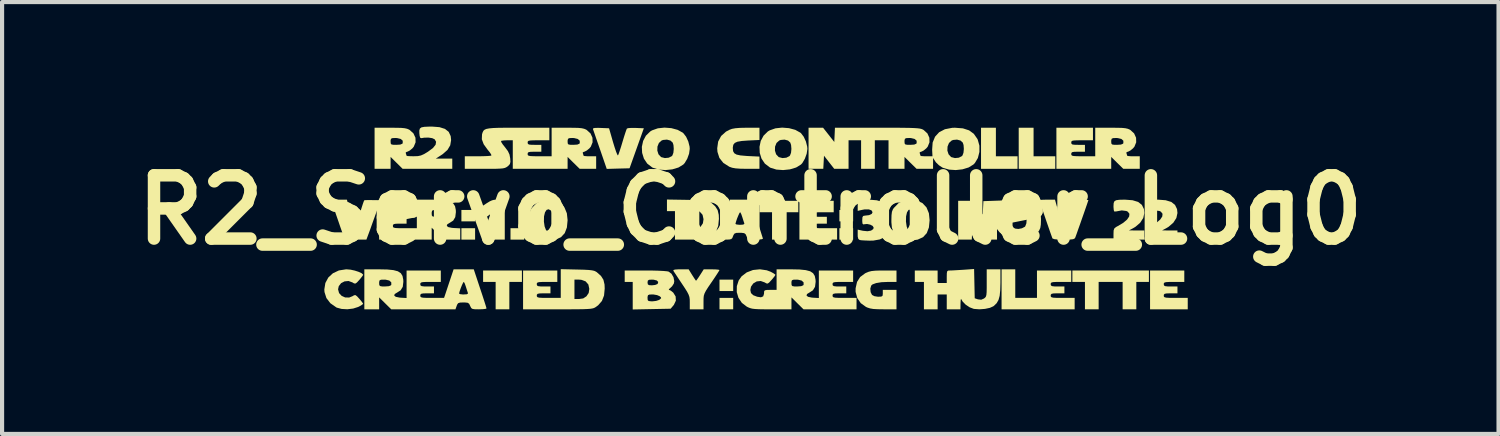
<source format=kicad_pcb>
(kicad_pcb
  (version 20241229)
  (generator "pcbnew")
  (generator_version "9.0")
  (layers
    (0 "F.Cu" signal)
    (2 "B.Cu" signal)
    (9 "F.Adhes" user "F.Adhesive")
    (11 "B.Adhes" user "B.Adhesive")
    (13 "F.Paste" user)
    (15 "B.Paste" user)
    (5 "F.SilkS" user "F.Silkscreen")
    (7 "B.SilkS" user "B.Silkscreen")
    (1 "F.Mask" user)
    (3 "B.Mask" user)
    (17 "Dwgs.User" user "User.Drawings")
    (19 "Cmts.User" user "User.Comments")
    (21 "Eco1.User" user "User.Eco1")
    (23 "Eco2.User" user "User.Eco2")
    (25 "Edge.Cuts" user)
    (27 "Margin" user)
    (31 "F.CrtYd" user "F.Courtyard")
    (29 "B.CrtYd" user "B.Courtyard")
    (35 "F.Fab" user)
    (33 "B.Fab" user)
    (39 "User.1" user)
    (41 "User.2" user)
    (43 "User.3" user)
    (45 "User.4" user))
  (footprint "R2_Servo_Controller_Log0"
    (layer "F.Cu")
    (at 15.03 2.009)
    (property "Reference" "R2_Servo_Controller_Log0" (at 0 0 0) (layer "F.SilkS") (effects (font (size 1.524 1.524) (thickness 0.3))))
    (attr board_only exclude_from_pos_files exclude_from_bom)
    (fp_poly (pts (xy -6.632 0.275) (xy -6.962 0.275) (xy -6.962 0) (xy -6.632 0)) (stroke (width 0) (type solid)) (fill yes) (layer "F.SilkS"))
    (fp_poly (pts (xy -6.632 0.715) (xy -6.962 0.715) (xy -6.962 0.44) (xy -6.632 0.44)) (stroke (width 0) (type solid)) (fill yes) (layer "F.SilkS"))
    (fp_poly (pts (xy -5.449 0.715) (xy -5.779 0.715) (xy -5.779 0.44) (xy -5.449 0.44)) (stroke (width 0) (type solid)) (fill yes) (layer "F.SilkS"))
    (fp_poly (pts (xy -0.413 1.954) (xy -0.743 1.954) (xy -0.743 1.679) (xy -0.413 1.679)) (stroke (width 0) (type solid)) (fill yes) (layer "F.SilkS"))
    (fp_poly (pts (xy -0.413 2.394) (xy -0.743 2.394) (xy -0.743 2.119) (xy -0.413 2.119)) (stroke (width 0) (type solid)) (fill yes) (layer "F.SilkS"))
    (fp_poly (pts (xy 2.477 0.275) (xy 2.146 0.275) (xy 2.146 0) (xy 2.477 0)) (stroke (width 0) (type solid)) (fill yes) (layer "F.SilkS"))
    (fp_poly (pts (xy 2.477 0.715) (xy 2.146 0.715) (xy 2.146 0.44) (xy 2.477 0.44)) (stroke (width 0) (type solid)) (fill yes) (layer "F.SilkS"))
    (fp_poly (pts (xy 5.917 -1.293) (xy 6.439 -1.293) (xy 6.439 -0.991) (xy 5.559 -0.991) (xy 5.559 -1.981) (xy 5.917 -1.981)) (stroke (width 0) (type solid)) (fill yes) (layer "F.SilkS"))
    (fp_poly (pts (xy 6.825 -1.293) (xy 7.348 -1.293) (xy 7.348 -0.991) (xy 6.467 -0.991) (xy 6.467 -1.981) (xy 6.825 -1.981)) (stroke (width 0) (type solid)) (fill yes) (layer "F.SilkS"))
    (fp_poly (pts (xy -5.504 1.734) (xy -5.807 1.734) (xy -5.807 2.394) (xy -6.137 2.394) (xy -6.137 1.734) (xy -6.439 1.734) (xy -6.439 1.459) (xy -5.504 1.459)) (stroke (width 0) (type solid)) (fill yes) (layer "F.SilkS"))
    (fp_poly (pts (xy 1.156 0.055) (xy 0.853 0.055) (xy 0.853 0.715) (xy 0.523 0.715) (xy 0.523 0.055) (xy 0.22 0.055) (xy 0.22 -0.22) (xy 1.156 -0.22)) (stroke (width 0) (type solid)) (fill yes) (layer "F.SilkS"))
    (fp_poly (pts (xy 9.604 1.734) (xy 9.301 1.734) (xy 9.301 2.394) (xy 8.971 2.394) (xy 8.971 1.734) (xy 8.393 1.734) (xy 8.393 2.394) (xy 8.063 2.394) (xy 8.063 1.734) (xy 7.76 1.734) (xy 7.76 1.459) (xy 9.604 1.459)) (stroke (width 0) (type solid)) (fill yes) (layer "F.SilkS"))
    (fp_poly (pts (xy -5.917 0.715) (xy -6.274 0.715) (xy -6.274 0.107) (xy -6.371 0.181) (xy -6.431 0.224) (xy -6.47 0.245) (xy -6.477 0.245) (xy -6.494 0.211) (xy -6.519 0.15) (xy -6.545 0.08) (xy -6.565 0.019) (xy -6.572 -0.012) (xy -6.571 -0.012) (xy -6.441 -0.103) (xy -6.346 -0.166) (xy -6.277 -0.208) (xy -6.223 -0.232) (xy -6.175 -0.244) (xy -6.124 -0.247) (xy -6.074 -0.248) (xy -5.917 -0.248)) (stroke (width 0) (type solid)) (fill yes) (layer "F.SilkS"))
    (fp_poly (pts (xy 2.009 0.055) (xy 1.761 0.055) (xy 1.644 0.056) (xy 1.57 0.06) (xy 1.531 0.07) (xy 1.516 0.088) (xy 1.514 0.11) (xy 1.52 0.141) (xy 1.546 0.157) (xy 1.606 0.164) (xy 1.679 0.165) (xy 1.844 0.165) (xy 1.844 0.33) (xy 1.679 0.33) (xy 1.586 0.332) (xy 1.537 0.341) (xy 1.517 0.361) (xy 1.514 0.385) (xy 1.517 0.41) (xy 1.535 0.426) (xy 1.575 0.435) (xy 1.649 0.439) (xy 1.766 0.44) (xy 1.802 0.44) (xy 2.091 0.44) (xy 2.091 0.715) (xy 1.183 0.715) (xy 1.183 -0.22) (xy 2.009 -0.22)) (stroke (width 0) (type solid)) (fill yes) (layer "F.SilkS"))
    (fp_poly (pts (xy 10.457 1.734) (xy 10.21 1.734) (xy 10.092 1.735) (xy 10.019 1.739) (xy 9.98 1.749) (xy 9.964 1.767) (xy 9.962 1.789) (xy 9.968 1.819) (xy 9.994 1.836) (xy 10.054 1.843) (xy 10.127 1.844) (xy 10.292 1.844) (xy 10.292 2.009) (xy 10.127 2.009) (xy 10.035 2.011) (xy 9.985 2.02) (xy 9.965 2.04) (xy 9.962 2.064) (xy 9.965 2.088) (xy 9.983 2.104) (xy 10.024 2.114) (xy 10.098 2.118) (xy 10.215 2.119) (xy 10.251 2.119) (xy 10.54 2.119) (xy 10.54 2.394) (xy 9.632 2.394) (xy 9.632 1.459) (xy 10.457 1.459)) (stroke (width 0) (type solid)) (fill yes) (layer "F.SilkS"))
    (fp_poly (pts (xy 6.384 2.119) (xy 6.907 2.119) (xy 6.907 1.459) (xy 7.733 1.459) (xy 7.733 1.734) (xy 7.485 1.734) (xy 7.367 1.735) (xy 7.294 1.739) (xy 7.255 1.749) (xy 7.24 1.767) (xy 7.237 1.789) (xy 7.244 1.819) (xy 7.27 1.836) (xy 7.329 1.843) (xy 7.403 1.844) (xy 7.568 1.844) (xy 7.568 2.009) (xy 7.403 2.009) (xy 7.31 2.011) (xy 7.261 2.02) (xy 7.241 2.04) (xy 7.237 2.064) (xy 7.241 2.088) (xy 7.258 2.104) (xy 7.299 2.114) (xy 7.373 2.118) (xy 7.49 2.119) (xy 7.526 2.119) (xy 7.815 2.119) (xy 7.815 2.394) (xy 6.054 2.394) (xy 6.054 1.431) (xy 6.384 1.431)) (stroke (width 0) (type solid)) (fill yes) (layer "F.SilkS"))
    (fp_poly (pts (xy -3.604 -1.976) (xy -3.404 -1.968) (xy -3.307 -1.63) (xy -3.269 -1.506) (xy -3.235 -1.405) (xy -3.208 -1.338) (xy -3.191 -1.313) (xy -3.189 -1.314) (xy -3.174 -1.347) (xy -3.148 -1.422) (xy -3.114 -1.527) (xy -3.081 -1.637) (xy -3.044 -1.76) (xy -3.011 -1.862) (xy -2.986 -1.934) (xy -2.973 -1.962) (xy -2.937 -1.972) (xy -2.863 -1.977) (xy -2.765 -1.976) (xy -2.759 -1.976) (xy -2.566 -1.968) (xy -2.738 -1.486) (xy -2.91 -1.004) (xy -3.185 -0.997) (xy -3.46 -0.989) (xy -3.619 -1.451) (xy -3.672 -1.602) (xy -3.719 -1.737) (xy -3.756 -1.846) (xy -3.782 -1.92) (xy -3.792 -1.948) (xy -3.786 -1.967) (xy -3.746 -1.976) (xy -3.664 -1.978)) (stroke (width 0) (type solid)) (fill yes) (layer "F.SilkS"))
    (fp_poly (pts (xy 0.22 -1.686) (xy -0.057 -1.673) (xy -0.207 -1.662) (xy -0.311 -1.644) (xy -0.375 -1.615) (xy -0.41 -1.571) (xy -0.422 -1.507) (xy -0.422 -1.486) (xy -0.415 -1.416) (xy -0.387 -1.367) (xy -0.331 -1.334) (xy -0.238 -1.314) (xy -0.101 -1.302) (xy -0.057 -1.299) (xy 0.22 -1.286) (xy 0.22 -0.991) (xy -0.089 -0.991) (xy -0.243 -0.994) (xy -0.355 -1.002) (xy -0.438 -1.017) (xy -0.506 -1.041) (xy -0.509 -1.043) (xy -0.65 -1.133) (xy -0.745 -1.252) (xy -0.792 -1.399) (xy -0.798 -1.486) (xy -0.775 -1.648) (xy -0.704 -1.782) (xy -0.587 -1.887) (xy -0.509 -1.929) (xy -0.442 -1.954) (xy -0.36 -1.969) (xy -0.25 -1.978) (xy -0.099 -1.981) (xy -0.089 -1.981) (xy 0.22 -1.981)) (stroke (width 0) (type solid)) (fill yes) (layer "F.SilkS"))
    (fp_poly (pts (xy 9.21 -0.234) (xy 9.345 -0.193) (xy 9.435 -0.122) (xy 9.484 -0.021) (xy 9.494 0.074) (xy 9.468 0.194) (xy 9.394 0.308) (xy 9.279 0.407) (xy 9.222 0.441) (xy 9.123 0.493) (xy 9.308 0.494) (xy 9.494 0.495) (xy 9.494 0.715) (xy 8.751 0.715) (xy 8.751 0.578) (xy 8.754 0.495) (xy 8.77 0.447) (xy 8.811 0.412) (xy 8.857 0.387) (xy 8.986 0.31) (xy 9.078 0.232) (xy 9.128 0.158) (xy 9.135 0.093) (xy 9.095 0.042) (xy 9.061 0.025) (xy 8.951 0.011) (xy 8.884 0.023) (xy 8.814 0.036) (xy 8.77 0.036) (xy 8.766 0.033) (xy 8.757 -0.001) (xy 8.751 -0.07) (xy 8.751 -0.098) (xy 8.755 -0.166) (xy 8.773 -0.209) (xy 8.814 -0.234) (xy 8.89 -0.245) (xy 9.009 -0.248) (xy 9.029 -0.248)) (stroke (width 0) (type solid)) (fill yes) (layer "F.SilkS"))
    (fp_poly (pts (xy 10.008 -0.234) (xy 10.143 -0.193) (xy 10.233 -0.122) (xy 10.282 -0.021) (xy 10.292 0.074) (xy 10.266 0.194) (xy 10.192 0.308) (xy 10.077 0.407) (xy 10.02 0.441) (xy 9.921 0.493) (xy 10.106 0.494) (xy 10.292 0.495) (xy 10.292 0.715) (xy 9.549 0.715) (xy 9.549 0.578) (xy 9.552 0.495) (xy 9.568 0.447) (xy 9.609 0.412) (xy 9.655 0.387) (xy 9.785 0.31) (xy 9.876 0.232) (xy 9.926 0.158) (xy 9.933 0.093) (xy 9.893 0.042) (xy 9.859 0.025) (xy 9.749 0.011) (xy 9.682 0.023) (xy 9.612 0.036) (xy 9.569 0.036) (xy 9.564 0.033) (xy 9.555 -0.001) (xy 9.55 -0.07) (xy 9.549 -0.098) (xy 9.553 -0.166) (xy 9.571 -0.209) (xy 9.612 -0.234) (xy 9.688 -0.245) (xy 9.807 -0.248) (xy 9.827 -0.248)) (stroke (width 0) (type solid)) (fill yes) (layer "F.SilkS"))
    (fp_poly (pts (xy 3.522 1.734) (xy 3.323 1.734) (xy 3.16 1.741) (xy 3.032 1.762) (xy 2.944 1.794) (xy 2.912 1.823) (xy 2.891 1.896) (xy 2.899 1.981) (xy 2.932 2.047) (xy 2.933 2.048) (xy 2.99 2.078) (xy 3.074 2.091) (xy 3.084 2.091) (xy 3.154 2.088) (xy 3.185 2.07) (xy 3.192 2.024) (xy 3.192 2.009) (xy 3.192 1.926) (xy 3.522 1.926) (xy 3.522 2.394) (xy 3.213 2.394) (xy 3.067 2.392) (xy 2.963 2.386) (xy 2.886 2.373) (xy 2.821 2.352) (xy 2.786 2.336) (xy 2.66 2.245) (xy 2.576 2.122) (xy 2.537 1.974) (xy 2.537 1.888) (xy 2.571 1.735) (xy 2.646 1.616) (xy 2.766 1.527) (xy 2.788 1.516) (xy 2.853 1.489) (xy 2.923 1.472) (xy 3.014 1.463) (xy 3.139 1.459) (xy 3.215 1.459) (xy 3.522 1.459)) (stroke (width 0) (type solid)) (fill yes) (layer "F.SilkS"))
    (fp_poly (pts (xy -1.515 -0.243) (xy -1.337 -0.239) (xy -1.205 -0.235) (xy -1.11 -0.228) (xy -1.044 -0.22) (xy -0.998 -0.207) (xy -0.964 -0.189) (xy -0.946 -0.177) (xy -0.847 -0.089) (xy -0.788 0.003) (xy -0.761 0.118) (xy -0.757 0.215) (xy -0.773 0.383) (xy -0.824 0.514) (xy -0.915 0.618) (xy -0.962 0.653) (xy -1.003 0.678) (xy -1.047 0.696) (xy -1.105 0.707) (xy -1.187 0.713) (xy -1.304 0.715) (xy -1.435 0.715) (xy -1.816 0.715) (xy -1.816 0.468) (xy -1.486 0.468) (xy -1.375 0.468) (xy -1.275 0.453) (xy -1.199 0.403) (xy -1.196 0.4) (xy -1.143 0.322) (xy -1.128 0.223) (xy -1.151 0.117) (xy -1.217 0.043) (xy -1.321 0.004) (xy -1.38 0) (xy -1.486 0) (xy -1.486 0.468) (xy -1.816 0.468) (xy -1.816 0.028) (xy -2.009 0.028) (xy -2.009 -0.251)) (stroke (width 0) (type solid)) (fill yes) (layer "F.SilkS"))
    (fp_poly (pts (xy -1.401 1.569) (xy -1.354 1.642) (xy -1.32 1.692) (xy -1.308 1.706) (xy -1.29 1.685) (xy -1.251 1.63) (xy -1.211 1.569) (xy -1.123 1.431) (xy -0.933 1.431) (xy -0.839 1.433) (xy -0.771 1.439) (xy -0.743 1.447) (xy -0.743 1.447) (xy -0.758 1.475) (xy -0.798 1.538) (xy -0.857 1.628) (xy -0.93 1.736) (xy -0.936 1.744) (xy -1.016 1.861) (xy -1.07 1.946) (xy -1.103 2.011) (xy -1.121 2.067) (xy -1.127 2.127) (xy -1.128 2.205) (xy -1.128 2.209) (xy -1.128 2.394) (xy -1.459 2.394) (xy -1.459 2.228) (xy -1.46 2.156) (xy -1.468 2.097) (xy -1.488 2.039) (xy -1.524 1.969) (xy -1.583 1.876) (xy -1.646 1.781) (xy -1.72 1.67) (xy -1.784 1.573) (xy -1.831 1.502) (xy -1.854 1.466) (xy -1.854 1.465) (xy -1.852 1.447) (xy -1.813 1.436) (xy -1.729 1.431) (xy -1.68 1.431) (xy -1.486 1.431)) (stroke (width 0) (type solid)) (fill yes) (layer "F.SilkS"))
    (fp_poly (pts (xy -4.708 -0.226) (xy -4.575 -0.164) (xy -4.479 -0.061) (xy -4.421 0.08) (xy -4.403 0.246) (xy -4.42 0.423) (xy -4.472 0.559) (xy -4.562 0.656) (xy -4.691 0.715) (xy -4.843 0.738) (xy -4.949 0.74) (xy -5.023 0.731) (xy -5.083 0.705) (xy -5.116 0.683) (xy -5.216 0.605) (xy -5.279 0.525) (xy -5.312 0.426) (xy -5.324 0.295) (xy -5.325 0.276) (xy -4.974 0.276) (xy -4.974 0.28) (xy -4.957 0.397) (xy -4.925 0.481) (xy -4.883 0.521) (xy -4.869 0.523) (xy -4.834 0.505) (xy -4.804 0.48) (xy -4.777 0.423) (xy -4.762 0.332) (xy -4.759 0.225) (xy -4.767 0.123) (xy -4.788 0.043) (xy -4.805 0.014) (xy -4.861 -0.017) (xy -4.91 -0.001) (xy -4.948 0.058) (xy -4.971 0.153) (xy -4.974 0.276) (xy -5.325 0.276) (xy -5.325 0.248) (xy -5.322 0.128) (xy -5.311 0.046) (xy -5.289 -0.012) (xy -5.267 -0.046) (xy -5.154 -0.162) (xy -5.022 -0.229) (xy -4.878 -0.248)) (stroke (width 0) (type solid)) (fill yes) (layer "F.SilkS"))
    (fp_poly (pts (xy 4.015 -0.226) (xy 4.149 -0.164) (xy 4.245 -0.061) (xy 4.303 0.08) (xy 4.32 0.246) (xy 4.303 0.423) (xy 4.251 0.559) (xy 4.162 0.656) (xy 4.033 0.715) (xy 3.881 0.738) (xy 3.774 0.74) (xy 3.701 0.731) (xy 3.64 0.705) (xy 3.608 0.683) (xy 3.508 0.605) (xy 3.445 0.525) (xy 3.411 0.426) (xy 3.399 0.295) (xy 3.399 0.276) (xy 3.75 0.276) (xy 3.75 0.28) (xy 3.767 0.397) (xy 3.798 0.481) (xy 3.84 0.521) (xy 3.854 0.523) (xy 3.889 0.505) (xy 3.919 0.48) (xy 3.946 0.423) (xy 3.962 0.332) (xy 3.965 0.225) (xy 3.956 0.123) (xy 3.936 0.043) (xy 3.918 0.014) (xy 3.862 -0.017) (xy 3.813 -0.001) (xy 3.775 0.058) (xy 3.753 0.153) (xy 3.75 0.276) (xy 3.399 0.276) (xy 3.399 0.248) (xy 3.402 0.128) (xy 3.412 0.046) (xy 3.434 -0.012) (xy 3.456 -0.046) (xy 3.569 -0.162) (xy 3.701 -0.229) (xy 3.846 -0.248)) (stroke (width 0) (type solid)) (fill yes) (layer "F.SilkS"))
    (fp_poly (pts (xy -9.632 1.439) (xy -9.532 1.461) (xy -9.439 1.491) (xy -9.367 1.524) (xy -9.332 1.556) (xy -9.33 1.564) (xy -9.348 1.594) (xy -9.391 1.649) (xy -9.424 1.688) (xy -9.48 1.749) (xy -9.517 1.774) (xy -9.55 1.769) (xy -9.588 1.746) (xy -9.682 1.712) (xy -9.777 1.721) (xy -9.861 1.764) (xy -9.917 1.836) (xy -9.934 1.913) (xy -9.91 2.003) (xy -9.848 2.07) (xy -9.762 2.109) (xy -9.665 2.11) (xy -9.588 2.079) (xy -9.545 2.054) (xy -9.512 2.053) (xy -9.474 2.083) (xy -9.424 2.138) (xy -9.371 2.201) (xy -9.337 2.247) (xy -9.33 2.261) (xy -9.352 2.282) (xy -9.409 2.317) (xy -9.448 2.337) (xy -9.57 2.376) (xy -9.711 2.393) (xy -9.85 2.385) (xy -9.964 2.354) (xy -9.976 2.348) (xy -10.119 2.248) (xy -10.215 2.123) (xy -10.261 1.978) (xy -10.265 1.915) (xy -10.24 1.76) (xy -10.169 1.628) (xy -10.059 1.526) (xy -9.915 1.458) (xy -9.744 1.431) (xy -9.724 1.431)) (stroke (width 0) (type solid)) (fill yes) (layer "F.SilkS"))
    (fp_poly (pts (xy -1.903 -1.971) (xy -1.751 -1.93) (xy -1.628 -1.862) (xy -1.614 -1.85) (xy -1.548 -1.765) (xy -1.495 -1.65) (xy -1.464 -1.528) (xy -1.46 -1.472) (xy -1.476 -1.355) (xy -1.52 -1.234) (xy -1.581 -1.131) (xy -1.614 -1.095) (xy -1.731 -1.023) (xy -1.88 -0.978) (xy -2.044 -0.961) (xy -2.206 -0.973) (xy -2.35 -1.017) (xy -2.368 -1.027) (xy -2.484 -1.117) (xy -2.564 -1.236) (xy -2.607 -1.375) (xy -2.61 -1.43) (xy -2.241 -1.43) (xy -2.213 -1.341) (xy -2.152 -1.276) (xy -2.145 -1.272) (xy -2.059 -1.25) (xy -1.967 -1.259) (xy -1.893 -1.296) (xy -1.878 -1.313) (xy -1.854 -1.378) (xy -1.845 -1.471) (xy -1.852 -1.564) (xy -1.871 -1.623) (xy -1.925 -1.672) (xy -2.009 -1.695) (xy -2.1 -1.687) (xy -2.137 -1.674) (xy -2.203 -1.614) (xy -2.238 -1.527) (xy -2.241 -1.43) (xy -2.61 -1.43) (xy -2.614 -1.521) (xy -2.583 -1.663) (xy -2.516 -1.79) (xy -2.411 -1.892) (xy -2.368 -1.918) (xy -2.229 -1.967) (xy -2.068 -1.984)) (stroke (width 0) (type solid)) (fill yes) (layer "F.SilkS"))
    (fp_poly (pts (xy 0.931 -1.971) (xy 1.084 -1.93) (xy 1.206 -1.862) (xy 1.221 -1.85) (xy 1.286 -1.765) (xy 1.339 -1.65) (xy 1.37 -1.528) (xy 1.375 -1.472) (xy 1.358 -1.355) (xy 1.314 -1.234) (xy 1.254 -1.131) (xy 1.221 -1.095) (xy 1.104 -1.023) (xy 0.954 -0.978) (xy 0.79 -0.961) (xy 0.628 -0.973) (xy 0.485 -1.017) (xy 0.467 -1.027) (xy 0.35 -1.117) (xy 0.27 -1.236) (xy 0.227 -1.375) (xy 0.225 -1.43) (xy 0.593 -1.43) (xy 0.621 -1.341) (xy 0.682 -1.276) (xy 0.69 -1.272) (xy 0.775 -1.25) (xy 0.867 -1.259) (xy 0.941 -1.296) (xy 0.956 -1.313) (xy 0.981 -1.378) (xy 0.99 -1.471) (xy 0.982 -1.564) (xy 0.963 -1.623) (xy 0.909 -1.672) (xy 0.826 -1.695) (xy 0.734 -1.687) (xy 0.698 -1.674) (xy 0.631 -1.614) (xy 0.596 -1.527) (xy 0.593 -1.43) (xy 0.225 -1.43) (xy 0.221 -1.521) (xy 0.251 -1.663) (xy 0.319 -1.79) (xy 0.423 -1.892) (xy 0.467 -1.918) (xy 0.606 -1.967) (xy 0.766 -1.984)) (stroke (width 0) (type solid)) (fill yes) (layer "F.SilkS"))
    (fp_poly (pts (xy 7.434 0.083) (xy 7.47 0.208) (xy 7.502 0.312) (xy 7.527 0.383) (xy 7.542 0.413) (xy 7.543 0.413) (xy 7.556 0.388) (xy 7.581 0.32) (xy 7.613 0.22) (xy 7.651 0.097) (xy 7.653 0.089) (xy 7.747 -0.234) (xy 7.946 -0.242) (xy 8.043 -0.244) (xy 8.114 -0.243) (xy 8.145 -0.239) (xy 8.146 -0.238) (xy 8.137 -0.21) (xy 8.114 -0.141) (xy 8.079 -0.04) (xy 8.037 0.081) (xy 7.99 0.214) (xy 7.944 0.346) (xy 7.9 0.469) (xy 7.864 0.572) (xy 7.838 0.643) (xy 7.829 0.667) (xy 7.812 0.69) (xy 7.777 0.705) (xy 7.714 0.712) (xy 7.611 0.715) (xy 7.55 0.715) (xy 7.413 0.713) (xy 7.325 0.704) (xy 7.283 0.688) (xy 7.278 0.681) (xy 7.256 0.62) (xy 7.222 0.525) (xy 7.181 0.406) (xy 7.135 0.274) (xy 7.089 0.139) (xy 7.045 0.011) (xy 7.007 -0.1) (xy 6.979 -0.184) (xy 6.964 -0.23) (xy 6.962 -0.235) (xy 6.987 -0.242) (xy 7.054 -0.246) (xy 7.147 -0.248) (xy 7.152 -0.248) (xy 7.341 -0.248)) (stroke (width 0) (type solid)) (fill yes) (layer "F.SilkS"))
    (fp_poly (pts (xy 5.407 2.128) (xy 5.484 2.154) (xy 5.563 2.163) (xy 5.629 2.135) (xy 5.657 2.113) (xy 5.676 2.088) (xy 5.688 2.047) (xy 5.694 1.98) (xy 5.696 1.877) (xy 5.696 1.761) (xy 5.696 1.431) (xy 6.027 1.431) (xy 6.027 1.754) (xy 6.022 1.934) (xy 6.008 2.069) (xy 5.98 2.169) (xy 5.936 2.246) (xy 5.873 2.308) (xy 5.856 2.321) (xy 5.772 2.359) (xy 5.654 2.384) (xy 5.522 2.394) (xy 5.396 2.385) (xy 5.382 2.383) (xy 5.285 2.346) (xy 5.189 2.282) (xy 5.114 2.205) (xy 5.09 2.162) (xy 5.076 2.143) (xy 5.069 2.17) (xy 5.065 2.248) (xy 5.065 2.25) (xy 5.063 2.394) (xy 4.733 2.394) (xy 4.733 2.036) (xy 4.513 2.036) (xy 4.513 2.394) (xy 4.183 2.394) (xy 4.183 1.734) (xy 3.963 1.734) (xy 3.963 1.459) (xy 4.513 1.459) (xy 4.513 1.761) (xy 4.733 1.761) (xy 4.733 1.61) (xy 4.735 1.523) (xy 4.744 1.478) (xy 4.768 1.461) (xy 4.812 1.459) (xy 4.874 1.457) (xy 4.974 1.451) (xy 5.093 1.444) (xy 5.141 1.441) (xy 5.392 1.423)) (stroke (width 0) (type solid)) (fill yes) (layer "F.SilkS"))
    (fp_poly (pts (xy 3.048 -0.233) (xy 3.185 -0.191) (xy 3.276 -0.119) (xy 3.285 -0.107) (xy 3.326 -0.012) (xy 3.312 0.081) (xy 3.249 0.167) (xy 3.206 0.216) (xy 3.19 0.245) (xy 3.194 0.248) (xy 3.246 0.272) (xy 3.293 0.331) (xy 3.324 0.406) (xy 3.33 0.448) (xy 3.306 0.565) (xy 3.237 0.652) (xy 3.122 0.71) (xy 2.964 0.738) (xy 2.87 0.74) (xy 2.767 0.736) (xy 2.682 0.731) (xy 2.635 0.724) (xy 2.603 0.7) (xy 2.588 0.642) (xy 2.587 0.593) (xy 2.587 0.474) (xy 2.714 0.502) (xy 2.823 0.513) (xy 2.909 0.498) (xy 2.962 0.461) (xy 2.972 0.426) (xy 2.948 0.385) (xy 2.889 0.354) (xy 2.814 0.338) (xy 2.76 0.343) (xy 2.72 0.348) (xy 2.702 0.327) (xy 2.697 0.266) (xy 2.697 0.248) (xy 2.701 0.177) (xy 2.719 0.145) (xy 2.759 0.137) (xy 2.862 0.125) (xy 2.926 0.094) (xy 2.945 0.055) (xy 2.92 0.01) (xy 2.855 -0.014) (xy 2.757 -0.014) (xy 2.698 -0.003) (xy 2.587 0.022) (xy 2.587 -0.096) (xy 2.59 -0.165) (xy 2.608 -0.209) (xy 2.649 -0.234) (xy 2.725 -0.245) (xy 2.843 -0.248) (xy 2.865 -0.248)) (stroke (width 0) (type solid)) (fill yes) (layer "F.SilkS"))
    (fp_poly (pts (xy 0.149 0.213) (xy 0.199 0.364) (xy 0.242 0.496) (xy 0.275 0.601) (xy 0.297 0.67) (xy 0.303 0.695) (xy 0.278 0.705) (xy 0.212 0.713) (xy 0.121 0.715) (xy 0.024 0.714) (xy -0.033 0.706) (xy -0.065 0.687) (xy -0.085 0.649) (xy -0.091 0.633) (xy -0.115 0.583) (xy -0.149 0.559) (xy -0.212 0.551) (xy -0.255 0.55) (xy -0.337 0.553) (xy -0.381 0.569) (xy -0.406 0.605) (xy -0.417 0.633) (xy -0.435 0.678) (xy -0.461 0.702) (xy -0.509 0.713) (xy -0.594 0.715) (xy -0.622 0.715) (xy -0.712 0.714) (xy -0.776 0.709) (xy -0.798 0.703) (xy -0.79 0.674) (xy -0.767 0.601) (xy -0.733 0.494) (xy -0.69 0.359) (xy -0.683 0.337) (xy -0.358 0.337) (xy -0.333 0.35) (xy -0.272 0.357) (xy -0.245 0.358) (xy -0.172 0.353) (xy -0.145 0.336) (xy -0.146 0.319) (xy -0.163 0.27) (xy -0.187 0.193) (xy -0.195 0.168) (xy -0.219 0.099) (xy -0.241 0.059) (xy -0.247 0.055) (xy -0.264 0.078) (xy -0.29 0.135) (xy -0.32 0.209) (xy -0.344 0.28) (xy -0.357 0.33) (xy -0.358 0.337) (xy -0.683 0.337) (xy -0.646 0.221) (xy -0.493 -0.248) (xy -0.005 -0.248)) (stroke (width 0) (type solid)) (fill yes) (layer "F.SilkS"))
    (fp_poly (pts (xy 6.543 -0.24) (xy 6.614 -0.235) (xy 6.667 -0.226) (xy 6.711 -0.212) (xy 6.756 -0.192) (xy 6.766 -0.186) (xy 6.878 -0.118) (xy 6.95 -0.041) (xy 6.989 0.059) (xy 7.003 0.195) (xy 7.004 0.234) (xy 7 0.353) (xy 6.987 0.434) (xy 6.96 0.494) (xy 6.947 0.514) (xy 6.845 0.61) (xy 6.711 0.676) (xy 6.557 0.71) (xy 6.396 0.714) (xy 6.242 0.686) (xy 6.106 0.626) (xy 6.004 0.536) (xy 5.944 0.46) (xy 5.944 0.715) (xy 5.599 0.715) (xy 5.352 0.399) (xy 5.336 0.715) (xy 5.008 0.715) (xy 5.008 0.248) (xy 6.274 0.248) (xy 6.293 0.358) (xy 6.349 0.431) (xy 6.384 0.45) (xy 6.459 0.458) (xy 6.544 0.442) (xy 6.612 0.407) (xy 6.625 0.393) (xy 6.652 0.321) (xy 6.658 0.226) (xy 6.641 0.136) (xy 6.621 0.095) (xy 6.568 0.056) (xy 6.478 0.043) (xy 6.467 0.043) (xy 6.365 0.059) (xy 6.303 0.11) (xy 6.276 0.202) (xy 6.274 0.248) (xy 5.008 0.248) (xy 5.008 -0.22) (xy 5.337 -0.22) (xy 5.469 -0.056) (xy 5.6 0.109) (xy 5.608 -0.051) (xy 5.616 -0.212) (xy 6.129 -0.23) (xy 6.31 -0.236) (xy 6.445 -0.24)) (stroke (width 0) (type solid)) (fill yes) (layer "F.SilkS"))
    (fp_poly (pts (xy -2.369 1.46) (xy -2.22 1.464) (xy -2.096 1.47) (xy -2.007 1.478) (xy -1.968 1.486) (xy -1.899 1.538) (xy -1.851 1.622) (xy -1.833 1.715) (xy -1.842 1.771) (xy -1.885 1.839) (xy -1.931 1.882) (xy -1.965 1.913) (xy -1.959 1.926) (xy -1.959 1.926) (xy -1.917 1.944) (xy -1.862 1.988) (xy -1.856 1.994) (xy -1.8 2.084) (xy -1.794 2.185) (xy -1.841 2.285) (xy -1.855 2.303) (xy -1.921 2.38) (xy -2.378 2.389) (xy -2.834 2.398) (xy -2.834 2.119) (xy -2.477 2.119) (xy -2.473 2.171) (xy -2.451 2.194) (xy -2.396 2.201) (xy -2.358 2.202) (xy -2.271 2.192) (xy -2.2 2.169) (xy -2.186 2.16) (xy -2.149 2.127) (xy -2.156 2.103) (xy -2.186 2.078) (xy -2.247 2.052) (xy -2.333 2.037) (xy -2.358 2.036) (xy -2.432 2.039) (xy -2.466 2.054) (xy -2.476 2.092) (xy -2.477 2.119) (xy -2.834 2.119) (xy -2.834 1.747) (xy -2.477 1.747) (xy -2.47 1.792) (xy -2.441 1.812) (xy -2.373 1.816) (xy -2.37 1.816) (xy -2.293 1.807) (xy -2.239 1.786) (xy -2.233 1.78) (xy -2.219 1.735) (xy -2.253 1.7) (xy -2.327 1.681) (xy -2.372 1.679) (xy -2.441 1.683) (xy -2.47 1.703) (xy -2.477 1.747) (xy -2.834 1.747) (xy -2.834 1.734) (xy -3.027 1.734) (xy -3.027 1.459) (xy -2.534 1.459)) (stroke (width 0) (type solid)) (fill yes) (layer "F.SilkS"))
    (fp_poly (pts (xy -4.171 1.436) (xy -4.011 1.44) (xy -3.897 1.446) (xy -3.817 1.455) (xy -3.762 1.467) (xy -3.721 1.486) (xy -3.698 1.501) (xy -3.599 1.589) (xy -3.54 1.682) (xy -3.513 1.796) (xy -3.509 1.894) (xy -3.525 2.062) (xy -3.576 2.193) (xy -3.667 2.297) (xy -3.714 2.332) (xy -3.741 2.35) (xy -3.77 2.364) (xy -3.807 2.374) (xy -3.857 2.382) (xy -3.929 2.387) (xy -4.027 2.391) (xy -4.158 2.393) (xy -4.33 2.394) (xy -4.548 2.394) (xy -4.641 2.394) (xy -5.476 2.394) (xy -5.476 2.146) (xy -4.238 2.146) (xy -4.127 2.146) (xy -4.027 2.132) (xy -3.951 2.082) (xy -3.948 2.079) (xy -3.895 2.001) (xy -3.88 1.902) (xy -3.903 1.796) (xy -3.969 1.721) (xy -4.073 1.683) (xy -4.132 1.679) (xy -4.238 1.679) (xy -4.238 2.146) (xy -5.476 2.146) (xy -5.476 1.459) (xy -4.651 1.459) (xy -4.651 1.734) (xy -4.898 1.734) (xy -5.016 1.735) (xy -5.089 1.739) (xy -5.128 1.749) (xy -5.144 1.767) (xy -5.146 1.789) (xy -5.14 1.819) (xy -5.114 1.836) (xy -5.054 1.843) (xy -4.981 1.844) (xy -4.816 1.844) (xy -4.816 2.009) (xy -4.981 2.009) (xy -5.073 2.011) (xy -5.123 2.02) (xy -5.143 2.04) (xy -5.146 2.064) (xy -5.142 2.088) (xy -5.125 2.104) (xy -5.084 2.114) (xy -5.01 2.118) (xy -4.893 2.119) (xy -4.857 2.119) (xy -4.568 2.119) (xy -4.568 1.427)) (stroke (width 0) (type solid)) (fill yes) (layer "F.SilkS"))
    (fp_poly (pts (xy 8.256 -1.679) (xy 7.994 -1.679) (xy 7.873 -1.678) (xy 7.796 -1.674) (xy 7.754 -1.665) (xy 7.736 -1.648) (xy 7.733 -1.624) (xy 7.739 -1.593) (xy 7.765 -1.576) (xy 7.825 -1.57) (xy 7.898 -1.569) (xy 8.063 -1.569) (xy 8.063 -1.403) (xy 7.898 -1.403) (xy 7.806 -1.401) (xy 7.756 -1.393) (xy 7.736 -1.373) (xy 7.733 -1.348) (xy 7.736 -1.324) (xy 7.754 -1.308) (xy 7.795 -1.299) (xy 7.869 -1.295) (xy 7.986 -1.293) (xy 8.022 -1.293) (xy 8.311 -1.293) (xy 8.311 -1.651) (xy 8.696 -1.651) (xy 8.699 -1.602) (xy 8.717 -1.578) (xy 8.765 -1.57) (xy 8.834 -1.569) (xy 8.93 -1.575) (xy 8.979 -1.596) (xy 8.989 -1.61) (xy 8.988 -1.669) (xy 8.94 -1.711) (xy 8.853 -1.732) (xy 8.816 -1.734) (xy 8.742 -1.731) (xy 8.707 -1.716) (xy 8.697 -1.679) (xy 8.696 -1.651) (xy 8.311 -1.651) (xy 8.311 -1.981) (xy 8.689 -1.981) (xy 8.846 -1.98) (xy 8.959 -1.977) (xy 9.038 -1.969) (xy 9.095 -1.956) (xy 9.14 -1.937) (xy 9.158 -1.926) (xy 9.248 -1.844) (xy 9.295 -1.74) (xy 9.298 -1.63) (xy 9.255 -1.524) (xy 9.221 -1.484) (xy 9.159 -1.433) (xy 9.105 -1.405) (xy 9.094 -1.403) (xy 9.061 -1.388) (xy 9.065 -1.36) (xy 9.079 -1.316) (xy 9.081 -1.305) (xy 9.106 -1.299) (xy 9.17 -1.294) (xy 9.233 -1.293) (xy 9.384 -1.293) (xy 9.384 -0.991) (xy 8.987 -0.991) (xy 8.841 -1.134) (xy 8.696 -1.278) (xy 8.696 -0.991) (xy 7.375 -0.991) (xy 7.375 -1.981) (xy 8.256 -1.981)) (stroke (width 0) (type solid)) (fill yes) (layer "F.SilkS"))
    (fp_poly (pts (xy -7.491 -1.995) (xy -7.358 -1.953) (xy -7.268 -1.882) (xy -7.22 -1.779) (xy -7.21 -1.684) (xy -7.231 -1.558) (xy -7.297 -1.447) (xy -7.411 -1.346) (xy -7.453 -1.318) (xy -7.578 -1.238) (xy -7.182 -1.238) (xy -7.182 -0.991) (xy -8.378 -0.991) (xy -8.523 -1.134) (xy -8.668 -1.278) (xy -8.668 -0.991) (xy -9.054 -0.991) (xy -9.054 -1.651) (xy -8.668 -1.651) (xy -8.665 -1.602) (xy -8.647 -1.578) (xy -8.599 -1.57) (xy -8.53 -1.569) (xy -8.435 -1.575) (xy -8.385 -1.596) (xy -8.376 -1.61) (xy -8.376 -1.669) (xy -8.424 -1.711) (xy -8.512 -1.732) (xy -8.548 -1.734) (xy -8.623 -1.731) (xy -8.658 -1.716) (xy -8.668 -1.679) (xy -8.668 -1.651) (xy -9.054 -1.651) (xy -9.054 -1.981) (xy -8.675 -1.981) (xy -8.519 -1.98) (xy -8.406 -1.977) (xy -8.327 -1.969) (xy -8.27 -1.956) (xy -8.225 -1.937) (xy -8.207 -1.926) (xy -8.117 -1.844) (xy -8.069 -1.74) (xy -8.066 -1.63) (xy -8.11 -1.524) (xy -8.143 -1.484) (xy -8.205 -1.433) (xy -8.259 -1.405) (xy -8.27 -1.403) (xy -8.303 -1.388) (xy -8.3 -1.36) (xy -8.285 -1.316) (xy -8.283 -1.305) (xy -8.258 -1.299) (xy -8.193 -1.295) (xy -8.111 -1.294) (xy -8.013 -1.297) (xy -7.937 -1.313) (xy -7.86 -1.347) (xy -7.768 -1.403) (xy -7.649 -1.491) (xy -7.584 -1.571) (xy -7.572 -1.643) (xy -7.606 -1.702) (xy -7.665 -1.73) (xy -7.757 -1.744) (xy -7.861 -1.741) (xy -7.925 -1.73) (xy -7.953 -1.738) (xy -7.968 -1.783) (xy -7.975 -1.847) (xy -7.976 -1.916) (xy -7.962 -1.962) (xy -7.924 -1.99) (xy -7.854 -2.003) (xy -7.742 -2.008) (xy -7.67 -2.009)) (stroke (width 0) (type solid)) (fill yes) (layer "F.SilkS"))
    (fp_poly (pts (xy 0.396 1.454) (xy 0.487 1.488) (xy 0.556 1.525) (xy 0.598 1.555) (xy 0.604 1.564) (xy 0.587 1.594) (xy 0.544 1.649) (xy 0.51 1.688) (xy 0.454 1.749) (xy 0.418 1.774) (xy 0.385 1.769) (xy 0.346 1.746) (xy 0.251 1.712) (xy 0.154 1.722) (xy 0.071 1.771) (xy 0.016 1.849) (xy 0 1.929) (xy 0.016 2.003) (xy 0.071 2.055) (xy 0.164 2.091) (xy 0.256 2.105) (xy 0.31 2.082) (xy 0.33 2.02) (xy 0.33 2.006) (xy 0.333 1.96) (xy 0.35 1.937) (xy 0.396 1.928) (xy 0.482 1.926) (xy 0.633 1.926) (xy 0.633 1.761) (xy 0.991 1.761) (xy 0.994 1.81) (xy 1.012 1.834) (xy 1.06 1.843) (xy 1.129 1.844) (xy 1.224 1.837) (xy 1.274 1.816) (xy 1.284 1.802) (xy 1.283 1.744) (xy 1.235 1.701) (xy 1.147 1.68) (xy 1.111 1.679) (xy 1.036 1.681) (xy 1.001 1.696) (xy 0.991 1.733) (xy 0.991 1.761) (xy 0.633 1.761) (xy 0.633 1.431) (xy 0.992 1.431) (xy 1.188 1.435) (xy 1.336 1.45) (xy 1.442 1.478) (xy 1.512 1.524) (xy 1.553 1.59) (xy 1.571 1.68) (xy 1.574 1.731) (xy 1.559 1.852) (xy 1.508 1.936) (xy 1.431 1.986) (xy 1.366 2.026) (xy 1.354 2.063) (xy 1.391 2.093) (xy 1.477 2.111) (xy 1.507 2.114) (xy 1.651 2.122) (xy 1.651 1.459) (xy 2.477 1.459) (xy 2.477 1.734) (xy 2.229 1.734) (xy 2.111 1.735) (xy 2.038 1.739) (xy 1.999 1.749) (xy 1.984 1.767) (xy 1.981 1.789) (xy 1.987 1.819) (xy 2.014 1.836) (xy 2.073 1.843) (xy 2.146 1.844) (xy 2.312 1.844) (xy 2.312 2.009) (xy 2.146 2.009) (xy 2.054 2.011) (xy 2.004 2.02) (xy 1.984 2.04) (xy 1.981 2.064) (xy 1.985 2.088) (xy 2.002 2.104) (xy 2.043 2.114) (xy 2.117 2.118) (xy 2.234 2.119) (xy 2.27 2.119) (xy 2.559 2.119) (xy 2.559 2.394) (xy 1.281 2.394) (xy 1.136 2.251) (xy 0.991 2.107) (xy 0.991 2.394) (xy 0.513 2.394) (xy 0.338 2.394) (xy 0.209 2.392) (xy 0.115 2.387) (xy 0.046 2.379) (xy -0.007 2.365) (xy -0.053 2.346) (xy -0.085 2.33) (xy -0.204 2.239) (xy -0.286 2.118) (xy -0.327 1.98) (xy -0.325 1.836) (xy -0.28 1.698) (xy -0.211 1.6) (xy -0.087 1.505) (xy 0.065 1.447) (xy 0.231 1.43)) (stroke (width 0) (type solid)) (fill yes) (layer "F.SilkS"))
    (fp_poly (pts (xy -8.746 1.435) (xy -8.599 1.45) (xy -8.493 1.478) (xy -8.422 1.524) (xy -8.381 1.59) (xy -8.363 1.68) (xy -8.361 1.731) (xy -8.375 1.852) (xy -8.426 1.936) (xy -8.504 1.986) (xy -8.569 2.026) (xy -8.581 2.063) (xy -8.543 2.093) (xy -8.457 2.111) (xy -8.427 2.114) (xy -8.283 2.122) (xy -8.283 1.459) (xy -7.458 1.459) (xy -7.458 1.734) (xy -7.705 1.734) (xy -7.823 1.735) (xy -7.896 1.739) (xy -7.935 1.749) (xy -7.951 1.767) (xy -7.953 1.789) (xy -7.947 1.819) (xy -7.92 1.836) (xy -7.861 1.843) (xy -7.788 1.844) (xy -7.623 1.844) (xy -7.623 2.009) (xy -7.788 2.009) (xy -7.88 2.011) (xy -7.93 2.02) (xy -7.95 2.04) (xy -7.953 2.064) (xy -7.949 2.089) (xy -7.932 2.104) (xy -7.891 2.114) (xy -7.816 2.118) (xy -7.699 2.119) (xy -7.666 2.119) (xy -7.38 2.119) (xy -7.345 2.016) (xy -7.017 2.016) (xy -6.993 2.029) (xy -6.932 2.036) (xy -6.904 2.036) (xy -6.832 2.032) (xy -6.804 2.015) (xy -6.806 1.998) (xy -6.823 1.948) (xy -6.847 1.872) (xy -6.855 1.847) (xy -6.879 1.778) (xy -6.9 1.738) (xy -6.906 1.734) (xy -6.923 1.757) (xy -6.95 1.814) (xy -6.979 1.887) (xy -7.004 1.958) (xy -7.017 2.009) (xy -7.017 2.016) (xy -7.345 2.016) (xy -7.265 1.775) (xy -7.15 1.431) (xy -6.664 1.431) (xy -6.511 1.892) (xy -6.461 2.042) (xy -6.418 2.174) (xy -6.384 2.28) (xy -6.363 2.349) (xy -6.357 2.374) (xy -6.382 2.384) (xy -6.448 2.391) (xy -6.538 2.394) (xy -6.636 2.393) (xy -6.693 2.385) (xy -6.724 2.365) (xy -6.744 2.328) (xy -6.751 2.312) (xy -6.775 2.262) (xy -6.809 2.237) (xy -6.871 2.23) (xy -6.915 2.229) (xy -6.996 2.232) (xy -7.041 2.247) (xy -7.066 2.284) (xy -7.076 2.312) (xy -7.105 2.394) (xy -8.653 2.394) (xy -8.798 2.251) (xy -8.944 2.107) (xy -8.944 2.394) (xy -9.301 2.394) (xy -9.301 1.761) (xy -8.944 1.761) (xy -8.941 1.81) (xy -8.922 1.834) (xy -8.874 1.843) (xy -8.805 1.844) (xy -8.71 1.837) (xy -8.66 1.816) (xy -8.651 1.802) (xy -8.652 1.744) (xy -8.699 1.701) (xy -8.787 1.68) (xy -8.823 1.679) (xy -8.898 1.681) (xy -8.933 1.696) (xy -8.943 1.733) (xy -8.944 1.761) (xy -9.301 1.761) (xy -9.301 1.431) (xy -8.942 1.431)) (stroke (width 0) (type solid)) (fill yes) (layer "F.SilkS"))
    (fp_poly (pts (xy -9.628 0.083) (xy -9.592 0.208) (xy -9.559 0.312) (xy -9.534 0.383) (xy -9.519 0.413) (xy -9.519 0.413) (xy -9.505 0.388) (xy -9.48 0.32) (xy -9.448 0.22) (xy -9.412 0.098) (xy -9.411 0.095) (xy -9.374 -0.029) (xy -9.341 -0.132) (xy -9.316 -0.204) (xy -9.301 -0.234) (xy -9.301 -0.234) (xy -9.269 -0.237) (xy -9.19 -0.238) (xy -9.073 -0.237) (xy -8.926 -0.235) (xy -8.757 -0.231) (xy -8.7 -0.229) (xy -8.118 -0.211) (xy -8.118 0.055) (xy -8.366 0.055) (xy -8.483 0.056) (xy -8.557 0.06) (xy -8.596 0.07) (xy -8.611 0.088) (xy -8.613 0.11) (xy -8.607 0.141) (xy -8.581 0.157) (xy -8.521 0.164) (xy -8.448 0.165) (xy -8.283 0.165) (xy -8.283 0.33) (xy -8.448 0.33) (xy -8.541 0.332) (xy -8.59 0.341) (xy -8.61 0.361) (xy -8.613 0.385) (xy -8.61 0.41) (xy -8.592 0.426) (xy -8.552 0.435) (xy -8.478 0.439) (xy -8.361 0.44) (xy -8.324 0.44) (xy -8.036 0.44) (xy -8.036 0.083) (xy -7.678 0.083) (xy -7.675 0.131) (xy -7.656 0.156) (xy -7.609 0.164) (xy -7.539 0.165) (xy -7.444 0.159) (xy -7.394 0.138) (xy -7.385 0.123) (xy -7.386 0.065) (xy -7.433 0.023) (xy -7.521 0.001) (xy -7.557 0) (xy -7.632 0.003) (xy -7.667 0.017) (xy -7.677 0.054) (xy -7.678 0.083) (xy -8.036 0.083) (xy -8.036 -0.248) (xy -7.676 -0.248) (xy -7.48 -0.243) (xy -7.333 -0.229) (xy -7.227 -0.2) (xy -7.156 -0.155) (xy -7.115 -0.089) (xy -7.097 0.001) (xy -7.095 0.052) (xy -7.11 0.173) (xy -7.16 0.257) (xy -7.238 0.307) (xy -7.303 0.347) (xy -7.316 0.383) (xy -7.279 0.413) (xy -7.193 0.431) (xy -7.148 0.435) (xy -6.99 0.443) (xy -6.99 0.715) (xy -7.387 0.715) (xy -7.532 0.572) (xy -7.678 0.428) (xy -7.678 0.715) (xy -8.944 0.715) (xy -8.945 0.296) (xy -8.947 -0.124) (xy -9.056 0.179) (xy -9.104 0.312) (xy -9.149 0.439) (xy -9.187 0.543) (xy -9.208 0.599) (xy -9.251 0.715) (xy -9.511 0.715) (xy -9.649 0.713) (xy -9.736 0.704) (xy -9.779 0.688) (xy -9.784 0.681) (xy -9.806 0.62) (xy -9.839 0.525) (xy -9.881 0.406) (xy -9.926 0.274) (xy -9.973 0.139) (xy -10.017 0.011) (xy -10.055 -0.1) (xy -10.083 -0.184) (xy -10.098 -0.23) (xy -10.099 -0.235) (xy -10.074 -0.242) (xy -10.008 -0.246) (xy -9.915 -0.248) (xy -9.91 -0.248) (xy -9.721 -0.248)) (stroke (width 0) (type solid)) (fill yes) (layer "F.SilkS"))
    (fp_poly (pts (xy 1.888 -1.81) (xy 2.023 -1.638) (xy 2.031 -1.81) (xy 2.039 -1.981) (xy 3.063 -1.981) (xy 3.328 -1.981) (xy 3.544 -1.981) (xy 3.716 -1.979) (xy 3.85 -1.977) (xy 3.952 -1.973) (xy 4.027 -1.968) (xy 4.082 -1.961) (xy 4.121 -1.952) (xy 4.15 -1.941) (xy 4.176 -1.927) (xy 4.177 -1.926) (xy 4.267 -1.844) (xy 4.314 -1.74) (xy 4.317 -1.63) (xy 4.274 -1.524) (xy 4.24 -1.484) (xy 4.178 -1.433) (xy 4.124 -1.405) (xy 4.113 -1.403) (xy 4.08 -1.388) (xy 4.084 -1.36) (xy 4.098 -1.316) (xy 4.1 -1.305) (xy 4.125 -1.298) (xy 4.189 -1.294) (xy 4.245 -1.293) (xy 4.389 -1.293) (xy 4.382 -1.43) (xy 4.748 -1.43) (xy 4.777 -1.341) (xy 4.837 -1.276) (xy 4.845 -1.272) (xy 4.931 -1.25) (xy 5.023 -1.259) (xy 5.096 -1.296) (xy 5.112 -1.313) (xy 5.136 -1.378) (xy 5.145 -1.471) (xy 5.138 -1.564) (xy 5.119 -1.623) (xy 5.065 -1.672) (xy 4.981 -1.695) (xy 4.89 -1.687) (xy 4.853 -1.674) (xy 4.787 -1.614) (xy 4.752 -1.527) (xy 4.748 -1.43) (xy 4.382 -1.43) (xy 4.381 -1.452) (xy 4.393 -1.624) (xy 4.451 -1.765) (xy 4.55 -1.873) (xy 4.689 -1.945) (xy 4.865 -1.979) (xy 4.931 -1.981) (xy 5.122 -1.966) (xy 5.271 -1.918) (xy 5.385 -1.835) (xy 5.47 -1.713) (xy 5.48 -1.692) (xy 5.52 -1.549) (xy 5.52 -1.397) (xy 5.483 -1.252) (xy 5.411 -1.131) (xy 5.376 -1.095) (xy 5.261 -1.024) (xy 5.113 -0.979) (xy 4.95 -0.961) (xy 4.789 -0.972) (xy 4.646 -1.014) (xy 4.631 -1.02) (xy 4.546 -1.076) (xy 4.475 -1.144) (xy 4.46 -1.165) (xy 4.404 -1.252) (xy 4.403 -0.991) (xy 4.006 -0.991) (xy 3.86 -1.134) (xy 3.715 -1.278) (xy 3.715 -0.991) (xy 3.33 -0.991) (xy 3.33 -1.651) (xy 3.715 -1.651) (xy 3.718 -1.602) (xy 3.736 -1.578) (xy 3.784 -1.57) (xy 3.854 -1.569) (xy 3.949 -1.575) (xy 3.998 -1.596) (xy 4.008 -1.61) (xy 4.007 -1.669) (xy 3.959 -1.711) (xy 3.872 -1.732) (xy 3.836 -1.734) (xy 3.761 -1.731) (xy 3.726 -1.716) (xy 3.716 -1.679) (xy 3.715 -1.651) (xy 3.33 -1.651) (xy 3.33 -1.679) (xy 3 -1.679) (xy 3 -0.991) (xy 2.669 -0.991) (xy 2.669 -1.679) (xy 2.367 -1.679) (xy 2.367 -0.991) (xy 2.022 -0.991) (xy 1.898 -1.149) (xy 1.775 -1.307) (xy 1.758 -0.991) (xy 1.403 -0.991) (xy 1.403 -1.981) (xy 1.753 -1.981)) (stroke (width 0) (type solid)) (fill yes) (layer "F.SilkS"))
    (fp_poly (pts (xy -4.843 -1.679) (xy -5.105 -1.679) (xy -5.226 -1.678) (xy -5.303 -1.674) (xy -5.345 -1.665) (xy -5.363 -1.648) (xy -5.366 -1.624) (xy -5.36 -1.593) (xy -5.334 -1.576) (xy -5.274 -1.57) (xy -5.201 -1.569) (xy -5.036 -1.569) (xy -5.036 -1.403) (xy -5.201 -1.403) (xy -5.293 -1.401) (xy -5.343 -1.393) (xy -5.363 -1.373) (xy -5.366 -1.348) (xy -5.363 -1.324) (xy -5.345 -1.308) (xy -5.304 -1.299) (xy -5.23 -1.295) (xy -5.113 -1.293) (xy -5.077 -1.293) (xy -4.788 -1.293) (xy -4.788 -1.651) (xy -4.403 -1.651) (xy -4.4 -1.602) (xy -4.382 -1.578) (xy -4.334 -1.57) (xy -4.265 -1.569) (xy -4.169 -1.575) (xy -4.12 -1.596) (xy -4.11 -1.61) (xy -4.111 -1.669) (xy -4.159 -1.711) (xy -4.246 -1.732) (xy -4.283 -1.734) (xy -4.357 -1.731) (xy -4.392 -1.716) (xy -4.402 -1.679) (xy -4.403 -1.651) (xy -4.788 -1.651) (xy -4.788 -1.981) (xy -4.41 -1.981) (xy -4.253 -1.98) (xy -4.141 -1.977) (xy -4.061 -1.969) (xy -4.005 -1.956) (xy -3.959 -1.937) (xy -3.941 -1.926) (xy -3.851 -1.844) (xy -3.804 -1.74) (xy -3.801 -1.63) (xy -3.844 -1.524) (xy -3.878 -1.484) (xy -3.94 -1.433) (xy -3.994 -1.405) (xy -4.005 -1.403) (xy -4.038 -1.388) (xy -4.034 -1.36) (xy -4.02 -1.316) (xy -4.018 -1.305) (xy -3.993 -1.299) (xy -3.929 -1.294) (xy -3.866 -1.293) (xy -3.715 -1.293) (xy -3.715 -0.991) (xy -4.112 -0.991) (xy -4.258 -1.134) (xy -4.403 -1.278) (xy -4.403 -0.991) (xy -5.724 -0.991) (xy -5.724 -1.679) (xy -5.857 -1.679) (xy -5.938 -1.675) (xy -5.994 -1.667) (xy -6.007 -1.662) (xy -6 -1.633) (xy -5.964 -1.577) (xy -5.911 -1.511) (xy -5.841 -1.417) (xy -5.803 -1.335) (xy -5.786 -1.243) (xy -5.781 -1.159) (xy -5.793 -1.107) (xy -5.829 -1.066) (xy -5.848 -1.05) (xy -5.879 -1.029) (xy -5.914 -1.013) (xy -5.962 -1.002) (xy -6.032 -0.996) (xy -6.132 -0.992) (xy -6.272 -0.991) (xy -6.402 -0.991) (xy -6.88 -0.991) (xy -6.88 -1.293) (xy -6.568 -1.293) (xy -6.442 -1.295) (xy -6.337 -1.299) (xy -6.265 -1.305) (xy -6.239 -1.311) (xy -6.246 -1.339) (xy -6.283 -1.394) (xy -6.331 -1.453) (xy -6.425 -1.583) (xy -6.47 -1.703) (xy -6.465 -1.82) (xy -6.463 -1.83) (xy -6.449 -1.873) (xy -6.432 -1.907) (xy -6.404 -1.933) (xy -6.361 -1.952) (xy -6.294 -1.965) (xy -6.2 -1.974) (xy -6.071 -1.979) (xy -5.901 -1.981) (xy -5.684 -1.981) (xy -5.595 -1.981) (xy -4.843 -1.981)) (stroke (width 0) (type solid)) (fill yes) (layer "F.SilkS")))
  (gr_rect
    (start -3 -3)
    (end 33.059 7.406)
    (stroke (width 0.1) (type default))
    (fill no)
    (layer "Edge.Cuts")))
</source>
